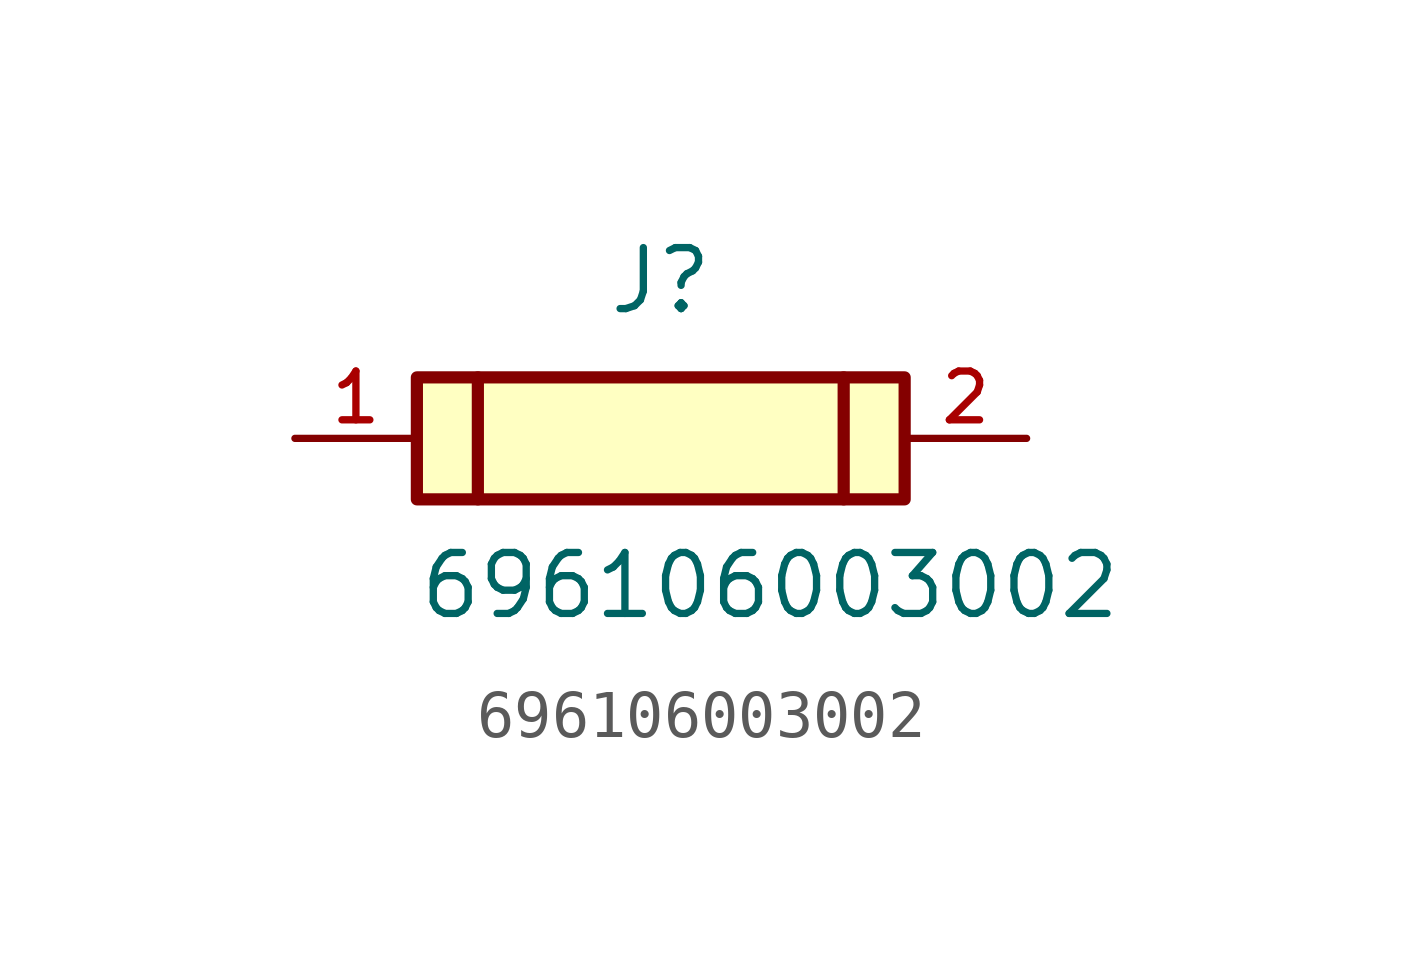
<source format=kicad_sym>
(kicad_symbol_lib
  (version 20211014)
  (generator kicad_symbol_editor)
  (symbol "696106003002"
    (pin_names
      (offset 1.016))
    (property "Reference" "J"
      (at 0.0 2.54 0)
      (effects (font (size 1.27 1.27)) (justify bottom)))
    (property "Value" "696106003002"
      (at -5.08 -3.81 0)
      (effects (font (size 1.27 1.27)) (justify bottom left)))
    (symbol "696106003002_0_0"
      (polyline (pts (xy -3.81 1.27) (xy -3.81 -1.27)) (stroke (width 0.254)))
      (polyline (pts (xy 3.81 1.27) (xy 3.81 -1.27)) (stroke (width 0.254)))
      (rectangle (start -5.08 -1.27) (end 5.08 1.27) (stroke (width 0.254)) (fill (type background)))
      (pin passive line (at -7.62 0.0 0) (length 2.54) (name "~" (effects (font (size 1.016 1.016)))) (number "1" (effects (font (size 1.016 1.016)))))
      (pin passive line (at 7.62 0.0 180.0) (length 2.54) (name "~" (effects (font (size 1.016 1.016)))) (number "2" (effects (font (size 1.016 1.016))))))))
</source>
